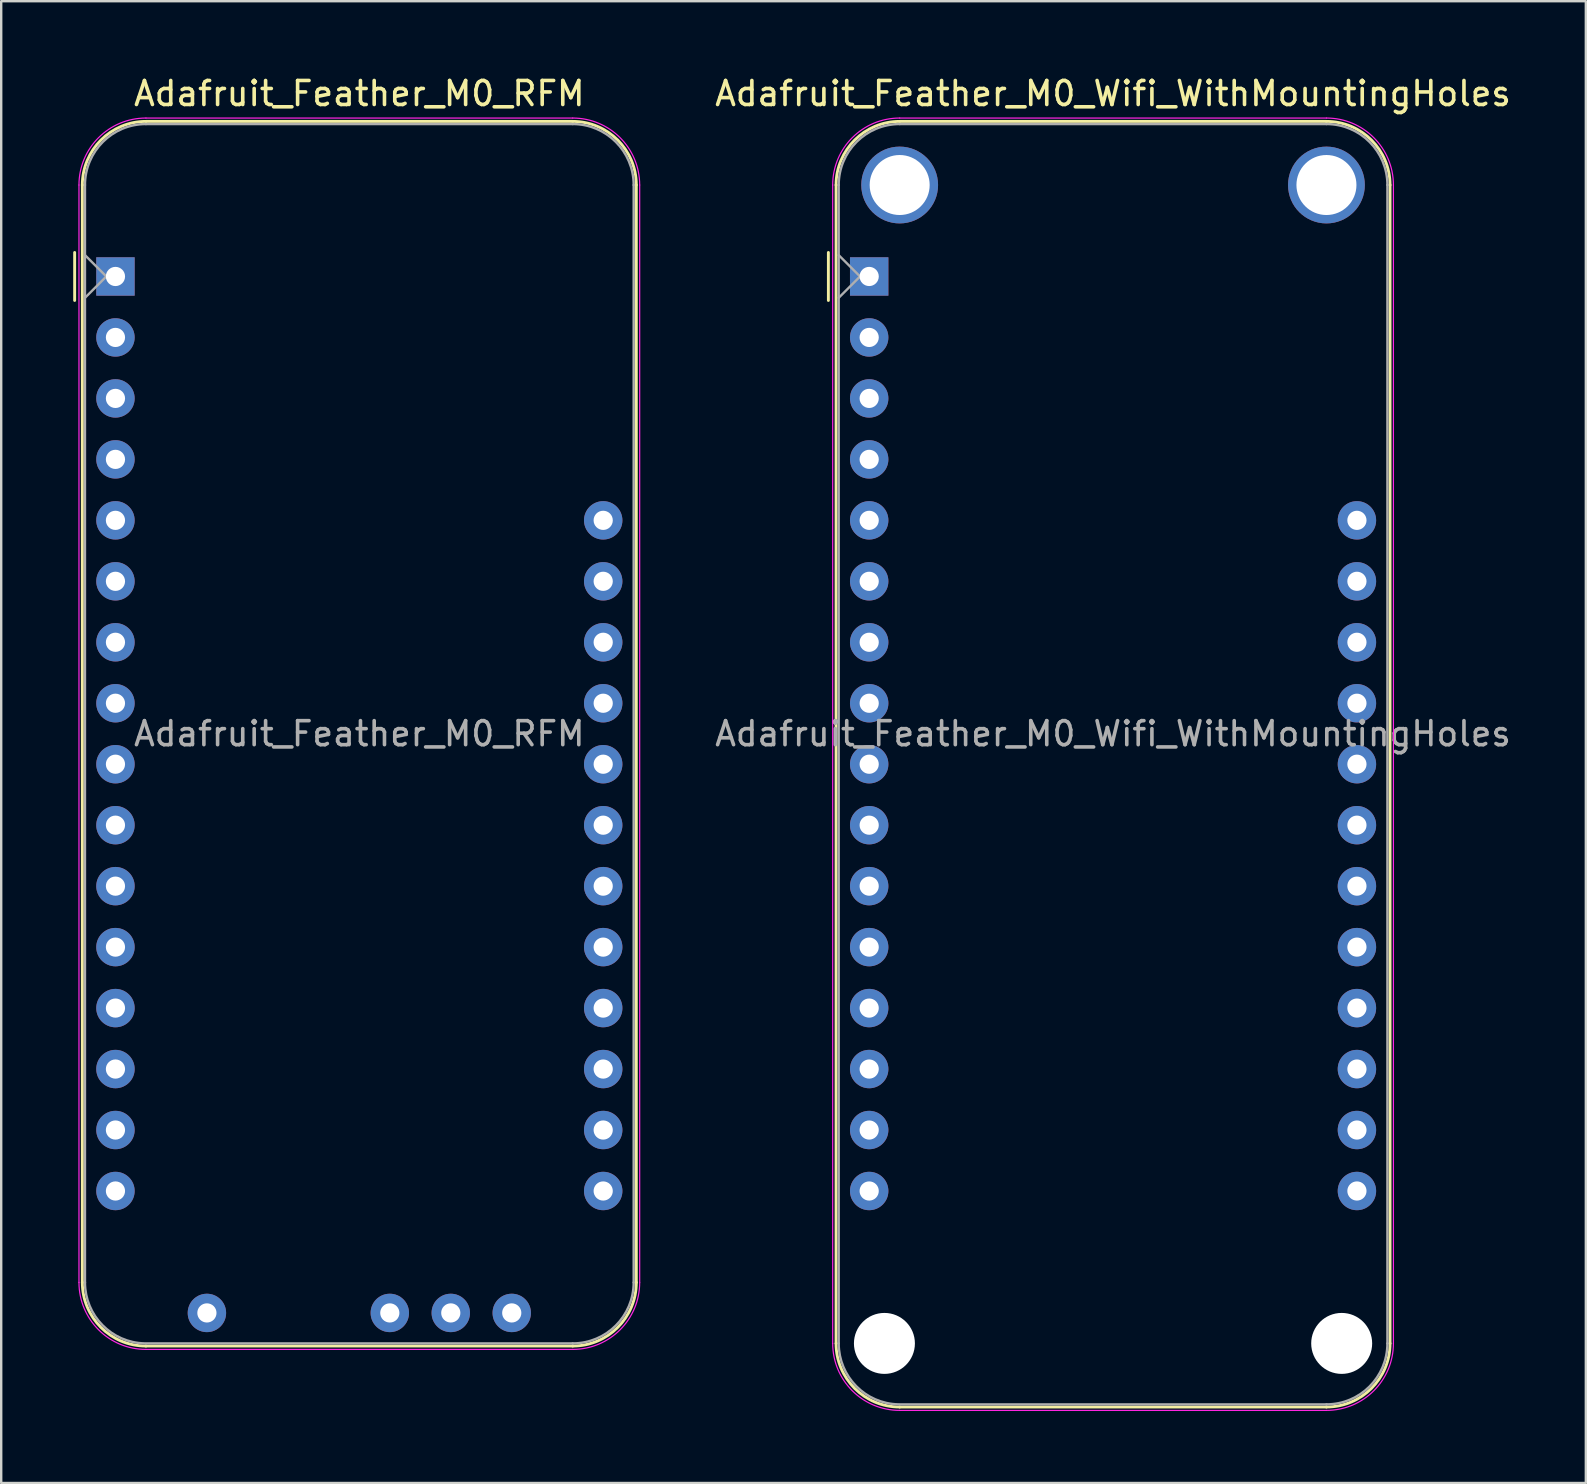
<source format=kicad_pcb>
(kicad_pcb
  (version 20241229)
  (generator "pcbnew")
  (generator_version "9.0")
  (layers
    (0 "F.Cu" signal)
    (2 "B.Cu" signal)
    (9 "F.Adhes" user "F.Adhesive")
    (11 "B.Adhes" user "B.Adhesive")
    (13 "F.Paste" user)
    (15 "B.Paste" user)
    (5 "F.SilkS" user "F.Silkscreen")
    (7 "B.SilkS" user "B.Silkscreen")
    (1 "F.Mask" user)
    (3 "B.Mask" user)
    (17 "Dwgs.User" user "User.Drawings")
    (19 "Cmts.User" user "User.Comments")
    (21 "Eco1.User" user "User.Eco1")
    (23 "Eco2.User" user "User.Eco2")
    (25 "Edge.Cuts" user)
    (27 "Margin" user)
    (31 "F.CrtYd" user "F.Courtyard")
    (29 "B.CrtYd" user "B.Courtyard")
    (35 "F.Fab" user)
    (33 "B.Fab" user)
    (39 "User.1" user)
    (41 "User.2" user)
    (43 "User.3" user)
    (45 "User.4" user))
  (footprint "Adafruit_Feather_M0_Wifi_WithMountingHoles"
    (layer "F.Cu")
    (at 33.161 8.468)
    (property "Reference" "Adafruit_Feather_M0_Wifi_WithMountingHoles" (at 10.16 -7.62 0) (layer "F.SilkS") (effects (font (size 1 1) (thickness 0.15))))
    (attr through_hole)
    (fp_line (start -1.7 1) (end -1.7 -1) (stroke (width 0.12) (type solid)) (layer "F.SilkS"))
    (fp_line (start -1.38 -3.81) (end -1.38 44.45) (stroke (width 0.12) (type solid)) (layer "F.SilkS"))
    (fp_line (start 19.05 -6.46) (end 1.27 -6.46) (stroke (width 0.12) (type solid)) (layer "F.SilkS"))
    (fp_line (start 19.05 47.1) (end 1.27 47.1) (stroke (width 0.12) (type solid)) (layer "F.SilkS"))
    (fp_line (start 21.7 -3.81) (end 21.7 44.45) (stroke (width 0.12) (type solid)) (layer "F.SilkS"))
    (fp_arc (start -1.38 -3.81) (mid -0.603833 -5.683833) (end 1.27 -6.46) (stroke (width 0.12) (type solid)) (layer "F.SilkS"))
    (fp_arc (start 1.27 47.1) (mid -0.603833 46.323833) (end -1.38 44.45) (stroke (width 0.12) (type solid)) (layer "F.SilkS"))
    (fp_arc (start 19.05 -6.46) (mid 20.923833 -5.683833) (end 21.7 -3.81) (stroke (width 0.12) (type solid)) (layer "F.SilkS"))
    (fp_arc (start 21.7 44.45) (mid 20.923833 46.323833) (end 19.05 47.1) (stroke (width 0.12) (type solid)) (layer "F.SilkS"))
    (fp_line (start -1.52 44.45) (end -1.52 -3.81) (stroke (width 0.05) (type solid)) (layer "F.CrtYd"))
    (fp_line (start 19.05 -6.6) (end 1.27 -6.6) (stroke (width 0.05) (type solid)) (layer "F.CrtYd"))
    (fp_line (start 19.05 47.24) (end 1.27 47.24) (stroke (width 0.05) (type solid)) (layer "F.CrtYd"))
    (fp_line (start 21.84 44.45) (end 21.84 -3.81) (stroke (width 0.05) (type solid)) (layer "F.CrtYd"))
    (fp_arc (start -1.52 -3.81) (mid -0.702828 -5.782828) (end 1.27 -6.6) (stroke (width 0.05) (type solid)) (layer "F.CrtYd"))
    (fp_arc (start 1.27 47.24) (mid -0.702828 46.422828) (end -1.52 44.45) (stroke (width 0.05) (type solid)) (layer "F.CrtYd"))
    (fp_arc (start 19.05 -6.6) (mid 21.022828 -5.782828) (end 21.84 -3.81) (stroke (width 0.05) (type solid)) (layer "F.CrtYd"))
    (fp_arc (start 21.84 44.45) (mid 21.022828 46.422828) (end 19.05 47.24) (stroke (width 0.05) (type solid)) (layer "F.CrtYd"))
    (fp_line (start -1.27 -3.81) (end -1.27 44.45) (stroke (width 0.1) (type solid)) (layer "F.Fab"))
    (fp_line (start -1.27 -0.889) (end -0.381 0) (stroke (width 0.1) (type solid)) (layer "F.Fab"))
    (fp_line (start -0.381 0) (end -1.27 0.889) (stroke (width 0.1) (type solid)) (layer "F.Fab"))
    (fp_line (start 1.27 46.99) (end 19.05 46.99) (stroke (width 0.1) (type solid)) (layer "F.Fab"))
    (fp_line (start 19.05 -6.35) (end 1.27 -6.35) (stroke (width 0.1) (type solid)) (layer "F.Fab"))
    (fp_line (start 21.59 44.45) (end 21.59 -3.81) (stroke (width 0.1) (type solid)) (layer "F.Fab"))
    (fp_arc (start -1.27 -3.81) (mid -0.526051 -5.606051) (end 1.27 -6.35) (stroke (width 0.1) (type solid)) (layer "F.Fab"))
    (fp_arc (start 1.221238 46.989532) (mid -0.543209 46.228728) (end -1.27 44.45) (stroke (width 0.1) (type solid)) (layer "F.Fab"))
    (fp_arc (start 19.05 -6.35) (mid 20.846051 -5.606051) (end 21.59 -3.81) (stroke (width 0.1) (type solid)) (layer "F.Fab"))
    (fp_arc (start 21.59 44.45) (mid 20.846051 46.246051) (end 19.05 46.99) (stroke (width 0.1) (type solid)) (layer "F.Fab"))
    (fp_text user "${REFERENCE}" (at 10.16 19.05 180) (layer "F.Fab") (effects (font (size 1 1) (thickness 0.15))))
    (pad "" np_thru_hole circle (at 0.635 44.45 270) (size 2.54 2.54) (drill 2.54) (layers "*.Cu" "*.Mask"))
    (pad "" np_thru_hole circle (at 1.27 -3.81 270) (size 3.2 3.2) (drill 2.5) (layers "*.Cu" "*.Mask"))
    (pad "" np_thru_hole circle (at 19.05 -3.81 270) (size 3.2 3.2) (drill 2.5) (layers "*.Cu" "*.Mask"))
    (pad "" np_thru_hole circle (at 19.685 44.45 270) (size 2.54 2.54) (drill 2.54) (layers "*.Cu" "*.Mask"))
    (pad "1" thru_hole rect (at 0 0 180) (size 1.6 1.6) (drill 0.8) (layers "*.Cu" "*.Mask"))
    (pad "2" thru_hole circle (at 0 2.54 180) (size 1.6 1.6) (drill 0.8) (layers "*.Cu" "*.Mask"))
    (pad "3" thru_hole circle (at 0 5.08 180) (size 1.6 1.6) (drill 0.8) (layers "*.Cu" "*.Mask"))
    (pad "4" thru_hole circle (at 0 7.62 180) (size 1.6 1.6) (drill 0.8) (layers "*.Cu" "*.Mask"))
    (pad "5" thru_hole circle (at 0 10.16 180) (size 1.6 1.6) (drill 0.8) (layers "*.Cu" "*.Mask"))
    (pad "6" thru_hole circle (at 0 12.7 180) (size 1.6 1.6) (drill 0.8) (layers "*.Cu" "*.Mask"))
    (pad "7" thru_hole circle (at 0 15.24 180) (size 1.6 1.6) (drill 0.8) (layers "*.Cu" "*.Mask"))
    (pad "8" thru_hole circle (at 0 17.78 180) (size 1.6 1.6) (drill 0.8) (layers "*.Cu" "*.Mask"))
    (pad "9" thru_hole circle (at 0 20.32 180) (size 1.6 1.6) (drill 0.8) (layers "*.Cu" "*.Mask"))
    (pad "10" thru_hole circle (at 0 22.86 180) (size 1.6 1.6) (drill 0.8) (layers "*.Cu" "*.Mask"))
    (pad "11" thru_hole circle (at 0 25.4 180) (size 1.6 1.6) (drill 0.8) (layers "*.Cu" "*.Mask"))
    (pad "12" thru_hole circle (at 0 27.94 180) (size 1.6 1.6) (drill 0.8) (layers "*.Cu" "*.Mask"))
    (pad "13" thru_hole circle (at 0 30.48 180) (size 1.6 1.6) (drill 0.8) (layers "*.Cu" "*.Mask"))
    (pad "14" thru_hole circle (at 0 33.02 180) (size 1.6 1.6) (drill 0.8) (layers "*.Cu" "*.Mask"))
    (pad "15" thru_hole circle (at 0 35.56 180) (size 1.6 1.6) (drill 0.8) (layers "*.Cu" "*.Mask"))
    (pad "16" thru_hole circle (at 0 38.1 180) (size 1.6 1.6) (drill 0.8) (layers "*.Cu" "*.Mask"))
    (pad "17" thru_hole circle (at 20.32 38.1 180) (size 1.6 1.6) (drill 0.8) (layers "*.Cu" "*.Mask"))
    (pad "18" thru_hole circle (at 20.32 35.56 180) (size 1.6 1.6) (drill 0.8) (layers "*.Cu" "*.Mask"))
    (pad "19" thru_hole circle (at 20.32 33.02 180) (size 1.6 1.6) (drill 0.8) (layers "*.Cu" "*.Mask"))
    (pad "20" thru_hole circle (at 20.32 30.48 180) (size 1.6 1.6) (drill 0.8) (layers "*.Cu" "*.Mask"))
    (pad "21" thru_hole circle (at 20.32 27.94 180) (size 1.6 1.6) (drill 0.8) (layers "*.Cu" "*.Mask"))
    (pad "22" thru_hole circle (at 20.32 25.4 180) (size 1.6 1.6) (drill 0.8) (layers "*.Cu" "*.Mask"))
    (pad "23" thru_hole circle (at 20.32 22.86 180) (size 1.6 1.6) (drill 0.8) (layers "*.Cu" "*.Mask"))
    (pad "24" thru_hole circle (at 20.32 20.32 180) (size 1.6 1.6) (drill 0.8) (layers "*.Cu" "*.Mask"))
    (pad "25" thru_hole circle (at 20.32 17.78 180) (size 1.6 1.6) (drill 0.8) (layers "*.Cu" "*.Mask"))
    (pad "26" thru_hole circle (at 20.32 15.24 180) (size 1.6 1.6) (drill 0.8) (layers "*.Cu" "*.Mask"))
    (pad "27" thru_hole circle (at 20.32 12.7 180) (size 1.6 1.6) (drill 0.8) (layers "*.Cu" "*.Mask"))
    (pad "28" thru_hole circle (at 20.32 10.16 180) (size 1.6 1.6) (drill 0.8) (layers "*.Cu" "*.Mask")))
  (footprint "Adafruit_Feather_M0_RFM"
    (layer "F.Cu")
    (at 1.76 8.468)
    (property "Reference" "Adafruit_Feather_M0_RFM" (at 10.16 -7.62 0) (layer "F.SilkS") (effects (font (size 1 1) (thickness 0.15))))
    (attr through_hole)
    (fp_line (start -1.7 1) (end -1.7 -1) (stroke (width 0.12) (type solid)) (layer "F.SilkS"))
    (fp_line (start -1.38 -3.81) (end -1.38 41.91) (stroke (width 0.12) (type solid)) (layer "F.SilkS"))
    (fp_line (start 19.05 -6.46) (end 1.27 -6.46) (stroke (width 0.12) (type solid)) (layer "F.SilkS"))
    (fp_line (start 19.05 44.56) (end 1.27 44.56) (stroke (width 0.12) (type solid)) (layer "F.SilkS"))
    (fp_line (start 21.7 -3.81) (end 21.7 41.91) (stroke (width 0.12) (type solid)) (layer "F.SilkS"))
    (fp_arc (start -1.38 -3.81) (mid -0.603833 -5.683833) (end 1.27 -6.46) (stroke (width 0.12) (type solid)) (layer "F.SilkS"))
    (fp_arc (start 1.27 44.56) (mid -0.603833 43.783833) (end -1.38 41.91) (stroke (width 0.12) (type solid)) (layer "F.SilkS"))
    (fp_arc (start 19.05 -6.46) (mid 20.923833 -5.683833) (end 21.7 -3.81) (stroke (width 0.12) (type solid)) (layer "F.SilkS"))
    (fp_arc (start 21.7 41.91) (mid 20.923833 43.783833) (end 19.05 44.56) (stroke (width 0.12) (type solid)) (layer "F.SilkS"))
    (fp_line (start -1.52 41.91) (end -1.52 -3.81) (stroke (width 0.05) (type solid)) (layer "F.CrtYd"))
    (fp_line (start 19.05 -6.6) (end 1.27 -6.6) (stroke (width 0.05) (type solid)) (layer "F.CrtYd"))
    (fp_line (start 19.05 44.7) (end 1.27 44.7) (stroke (width 0.05) (type solid)) (layer "F.CrtYd"))
    (fp_line (start 21.84 41.91) (end 21.84 -3.81) (stroke (width 0.05) (type solid)) (layer "F.CrtYd"))
    (fp_arc (start -1.52 -3.81) (mid -0.702828 -5.782828) (end 1.27 -6.6) (stroke (width 0.05) (type solid)) (layer "F.CrtYd"))
    (fp_arc (start 1.27 44.7) (mid -0.702828 43.882828) (end -1.52 41.91) (stroke (width 0.05) (type solid)) (layer "F.CrtYd"))
    (fp_arc (start 19.05 -6.6) (mid 21.022828 -5.782828) (end 21.84 -3.81) (stroke (width 0.05) (type solid)) (layer "F.CrtYd"))
    (fp_arc (start 21.84 41.91) (mid 21.022828 43.882828) (end 19.05 44.7) (stroke (width 0.05) (type solid)) (layer "F.CrtYd"))
    (fp_line (start -1.27 -3.81) (end -1.27 41.91) (stroke (width 0.1) (type solid)) (layer "F.Fab"))
    (fp_line (start -1.27 -0.889) (end -0.381 0) (stroke (width 0.1) (type solid)) (layer "F.Fab"))
    (fp_line (start -0.381 0) (end -1.27 0.889) (stroke (width 0.1) (type solid)) (layer "F.Fab"))
    (fp_line (start 1.27 44.45) (end 19.05 44.45) (stroke (width 0.1) (type solid)) (layer "F.Fab"))
    (fp_line (start 19.05 -6.35) (end 1.27 -6.35) (stroke (width 0.1) (type solid)) (layer "F.Fab"))
    (fp_line (start 21.59 41.91) (end 21.59 -3.81) (stroke (width 0.1) (type solid)) (layer "F.Fab"))
    (fp_arc (start -1.27 -3.81) (mid -0.526051 -5.606051) (end 1.27 -6.35) (stroke (width 0.1) (type solid)) (layer "F.Fab"))
    (fp_arc (start 1.221238 44.449532) (mid -0.543209 43.688728) (end -1.27 41.91) (stroke (width 0.1) (type solid)) (layer "F.Fab"))
    (fp_arc (start 19.05 -6.35) (mid 20.846051 -5.606051) (end 21.59 -3.81) (stroke (width 0.1) (type solid)) (layer "F.Fab"))
    (fp_arc (start 21.59 41.91) (mid 20.846051 43.706051) (end 19.05 44.45) (stroke (width 0.1) (type solid)) (layer "F.Fab"))
    (fp_text user "${REFERENCE}" (at 10.16 19.05 180) (layer "F.Fab") (effects (font (size 1 1) (thickness 0.15))))
    (pad "1" thru_hole rect (at 0 0 180) (size 1.6 1.6) (drill 0.8) (layers "*.Cu" "*.Mask"))
    (pad "2" thru_hole circle (at 0 2.54 180) (size 1.6 1.6) (drill 0.8) (layers "*.Cu" "*.Mask"))
    (pad "3" thru_hole circle (at 0 5.08 180) (size 1.6 1.6) (drill 0.8) (layers "*.Cu" "*.Mask"))
    (pad "4" thru_hole circle (at 0 7.62 180) (size 1.6 1.6) (drill 0.8) (layers "*.Cu" "*.Mask"))
    (pad "5" thru_hole circle (at 0 10.16 180) (size 1.6 1.6) (drill 0.8) (layers "*.Cu" "*.Mask"))
    (pad "6" thru_hole circle (at 0 12.7 180) (size 1.6 1.6) (drill 0.8) (layers "*.Cu" "*.Mask"))
    (pad "7" thru_hole circle (at 0 15.24 180) (size 1.6 1.6) (drill 0.8) (layers "*.Cu" "*.Mask"))
    (pad "8" thru_hole circle (at 0 17.78 180) (size 1.6 1.6) (drill 0.8) (layers "*.Cu" "*.Mask"))
    (pad "9" thru_hole circle (at 0 20.32 180) (size 1.6 1.6) (drill 0.8) (layers "*.Cu" "*.Mask"))
    (pad "10" thru_hole circle (at 0 22.86 180) (size 1.6 1.6) (drill 0.8) (layers "*.Cu" "*.Mask"))
    (pad "11" thru_hole circle (at 0 25.4 180) (size 1.6 1.6) (drill 0.8) (layers "*.Cu" "*.Mask"))
    (pad "12" thru_hole circle (at 0 27.94 180) (size 1.6 1.6) (drill 0.8) (layers "*.Cu" "*.Mask"))
    (pad "13" thru_hole circle (at 0 30.48 180) (size 1.6 1.6) (drill 0.8) (layers "*.Cu" "*.Mask"))
    (pad "14" thru_hole circle (at 0 33.02 180) (size 1.6 1.6) (drill 0.8) (layers "*.Cu" "*.Mask"))
    (pad "15" thru_hole circle (at 0 35.56 180) (size 1.6 1.6) (drill 0.8) (layers "*.Cu" "*.Mask"))
    (pad "16" thru_hole circle (at 0 38.1 180) (size 1.6 1.6) (drill 0.8) (layers "*.Cu" "*.Mask"))
    (pad "17" thru_hole circle (at 20.32 38.1 180) (size 1.6 1.6) (drill 0.8) (layers "*.Cu" "*.Mask"))
    (pad "18" thru_hole circle (at 20.32 35.56 180) (size 1.6 1.6) (drill 0.8) (layers "*.Cu" "*.Mask"))
    (pad "19" thru_hole circle (at 20.32 33.02 180) (size 1.6 1.6) (drill 0.8) (layers "*.Cu" "*.Mask"))
    (pad "20" thru_hole circle (at 20.32 30.48 180) (size 1.6 1.6) (drill 0.8) (layers "*.Cu" "*.Mask"))
    (pad "21" thru_hole circle (at 20.32 27.94 180) (size 1.6 1.6) (drill 0.8) (layers "*.Cu" "*.Mask"))
    (pad "22" thru_hole circle (at 20.32 25.4 180) (size 1.6 1.6) (drill 0.8) (layers "*.Cu" "*.Mask"))
    (pad "23" thru_hole circle (at 20.32 22.86 180) (size 1.6 1.6) (drill 0.8) (layers "*.Cu" "*.Mask"))
    (pad "24" thru_hole circle (at 20.32 20.32 180) (size 1.6 1.6) (drill 0.8) (layers "*.Cu" "*.Mask"))
    (pad "25" thru_hole circle (at 20.32 17.78 180) (size 1.6 1.6) (drill 0.8) (layers "*.Cu" "*.Mask"))
    (pad "26" thru_hole circle (at 20.32 15.24 180) (size 1.6 1.6) (drill 0.8) (layers "*.Cu" "*.Mask"))
    (pad "27" thru_hole circle (at 20.32 12.7 180) (size 1.6 1.6) (drill 0.8) (layers "*.Cu" "*.Mask"))
    (pad "28" thru_hole circle (at 20.32 10.16 180) (size 1.6 1.6) (drill 0.8) (layers "*.Cu" "*.Mask"))
    (pad "29" thru_hole circle (at 3.81 43.18 180) (size 1.6 1.6) (drill 0.8) (layers "*.Cu" "*.Mask"))
    (pad "30" thru_hole circle (at 11.43 43.18 180) (size 1.6 1.6) (drill 0.8) (layers "*.Cu" "*.Mask"))
    (pad "31" thru_hole circle (at 13.97 43.18 180) (size 1.6 1.6) (drill 0.8) (layers "*.Cu" "*.Mask"))
    (pad "32" thru_hole circle (at 16.51 43.18 180) (size 1.6 1.6) (drill 0.8) (layers "*.Cu" "*.Mask")))
  (gr_rect
    (start -3 -3)
    (end 63.018 58.733)
    (stroke (width 0.1) (type default))
    (fill no)
    (layer "Edge.Cuts")))
</source>
